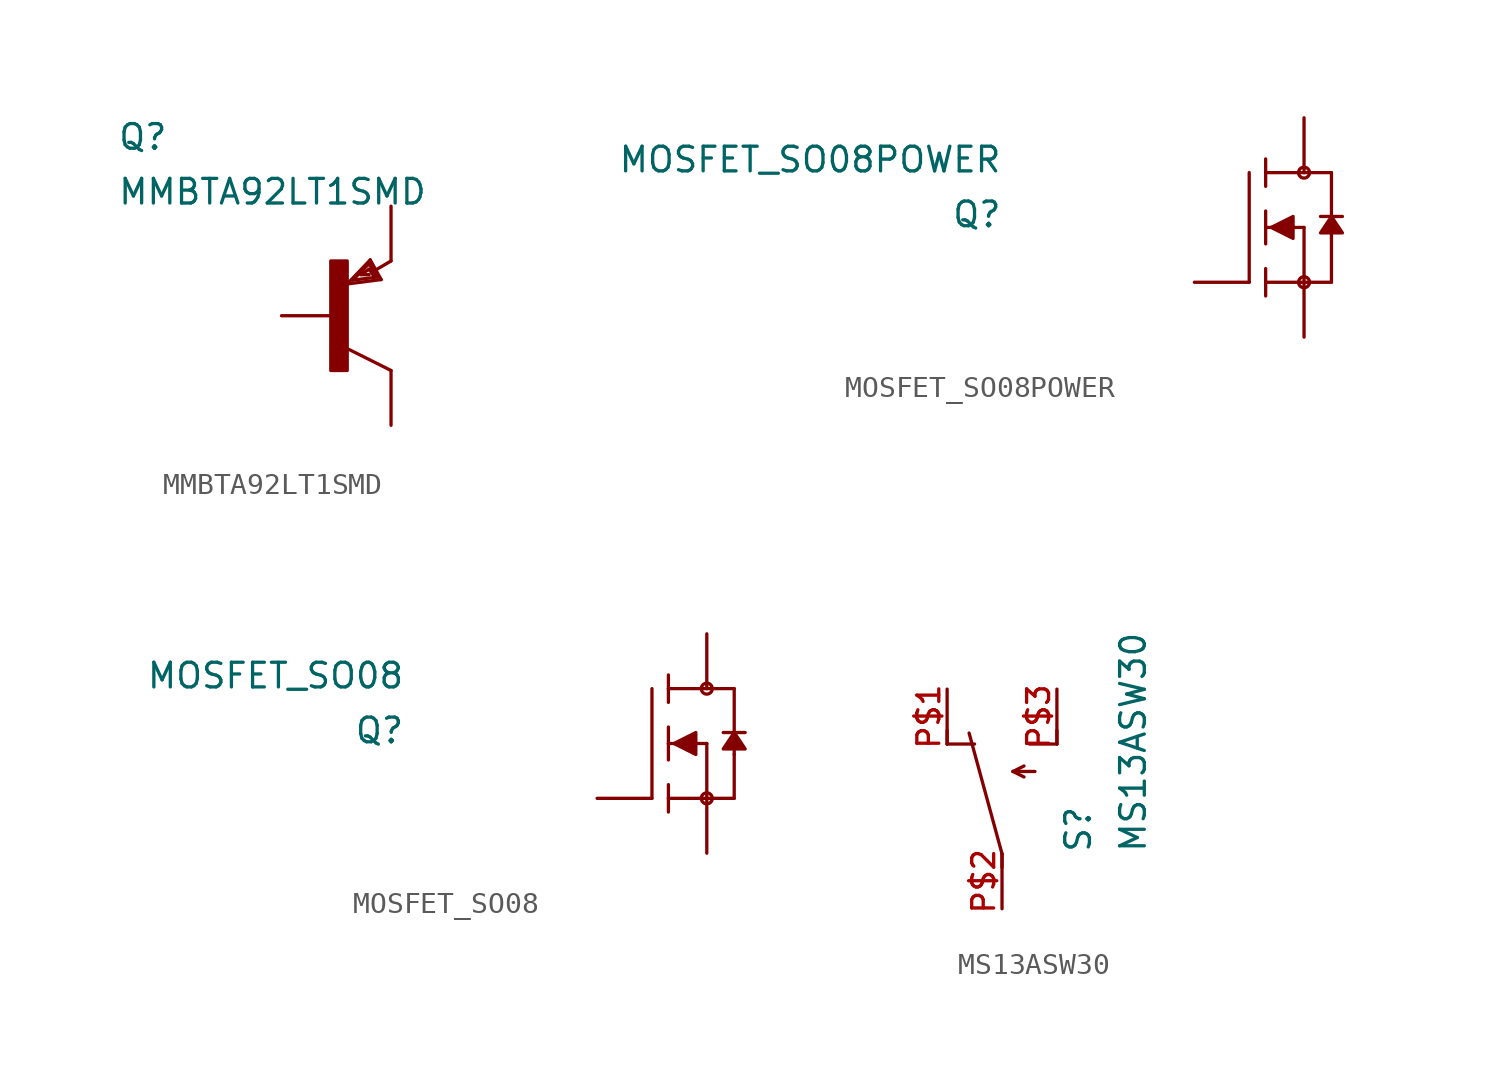
<source format=kicad_sym>
(kicad_symbol_lib
  (version 20220914)
  (generator kicad_symbol_editor)
  (symbol "MMBTA92LT1SMD"
    (pin_numbers hide)
    (pin_names
      (offset 1.016) hide)
    (property "Reference" "Q"
      (at -10.16 7.62 0)
      (effects (font (size 1.143 1.143)) (justify left bottom)))
    (property "Value" "MMBTA92LT1SMD"
      (at -10.16 5.08 0)
      (effects (font (size 1.143 1.143)) (justify left bottom)))
    (property "ki_locked" ""
      (at 0 0 0)
      (effects (font (size 1.27 1.27))))
    (symbol "MMBTA92LT1SMD_1_0"
      (polyline (pts (xy 0.508 1.473) (xy 2.083 1.676)) (stroke (width 0) (type solid)) (fill (type none)))
      (polyline (pts (xy 0.762 1.651) (xy 1.778 1.778)) (stroke (width 0) (type solid)) (fill (type none)))
      (polyline (pts (xy 1.143 1.905) (xy 1.524 1.905)) (stroke (width 0) (type solid)) (fill (type none)))
      (polyline (pts (xy 1.524 2.159) (xy 1.143 1.905)) (stroke (width 0) (type solid)) (fill (type none)))
      (polyline (pts (xy 1.524 2.413) (xy 0.762 1.651)) (stroke (width 0) (type solid)) (fill (type none)))
      (polyline (pts (xy 1.575 2.591) (xy 0.508 1.473)) (stroke (width 0) (type solid)) (fill (type none)))
      (polyline (pts (xy 1.778 1.778) (xy 1.524 2.159)) (stroke (width 0) (type solid)) (fill (type none)))
      (polyline (pts (xy 1.905 1.778) (xy 1.524 2.413)) (stroke (width 0) (type solid)) (fill (type none)))
      (polyline (pts (xy 2.083 1.676) (xy 1.575 2.591)) (stroke (width 0) (type solid)) (fill (type none)))
      (polyline (pts (xy 2.54 -2.54) (xy 0.508 -1.524)) (stroke (width 0) (type solid)) (fill (type none)))
      (polyline (pts (xy 2.54 2.54) (xy 1.803 2.108)) (stroke (width 0) (type solid)) (fill (type none))))
    (symbol "MMBTA92LT1SMD_1_1"
      (rectangle (start -0.254 -2.54) (end 0.508 2.54) (stroke (width 0) (type solid)) (fill (type outline)))
      (pin passive line (at -2.54 0 0) (length 2.54) (name "B" (effects (font (size 1.016 1.016)))) (number "B" (effects (font (size 1.016 1.016)))))
      (pin passive line (at 2.54 -5.08 90) (length 2.54) (name "C" (effects (font (size 1.016 1.016)))) (number "C" (effects (font (size 1.016 1.016)))))
      (pin passive line (at 2.54 5.08 270) (length 2.54) (name "E" (effects (font (size 1.016 1.016)))) (number "E" (effects (font (size 1.016 1.016)))))))
  (symbol "MOSFET_SO08POWER"
    (pin_numbers hide)
    (pin_names
      (offset 1.016) hide)
    (property "Reference" "Q"
      (at -11.43 1.27 0)
      (effects (font (size 1.143 1.143)) (justify right top)))
    (property "Value" "MOSFET_SO08POWER"
      (at -11.43 3.81 0)
      (effects (font (size 1.143 1.143)) (justify right top)))
    (property "ki_locked" ""
      (at 0 0 0)
      (effects (font (size 1.27 1.27))))
    (symbol "MOSFET_SO08POWER_1_0"
      (polyline (pts (xy 0 2.54) (xy 0 -2.54)) (stroke (width 0) (type solid)) (fill (type none)))
      (polyline (pts (xy 0.762 -2.54) (xy 0.762 -3.175)) (stroke (width 0) (type solid)) (fill (type none)))
      (polyline (pts (xy 0.762 -1.905) (xy 0.762 -2.54)) (stroke (width 0) (type solid)) (fill (type none)))
      (polyline (pts (xy 0.762 0) (xy 0.762 -0.762)) (stroke (width 0) (type solid)) (fill (type none)))
      (polyline (pts (xy 0.762 0) (xy 2.54 0)) (stroke (width 0) (type solid)) (fill (type none)))
      (polyline (pts (xy 0.762 0.762) (xy 0.762 0)) (stroke (width 0) (type solid)) (fill (type none)))
      (polyline (pts (xy 0.762 2.54) (xy 0.762 1.905)) (stroke (width 0) (type solid)) (fill (type none)))
      (polyline (pts (xy 0.762 2.54) (xy 3.81 2.54)) (stroke (width 0) (type solid)) (fill (type none)))
      (polyline (pts (xy 0.762 3.175) (xy 0.762 2.54)) (stroke (width 0) (type solid)) (fill (type none)))
      (polyline (pts (xy 2.54 -2.54) (xy 0.762 -2.54)) (stroke (width 0) (type solid)) (fill (type none)))
      (polyline (pts (xy 2.54 -2.54) (xy 3.81 -2.54)) (stroke (width 0) (type solid)) (fill (type none)))
      (polyline (pts (xy 2.54 0) (xy 2.54 -2.54)) (stroke (width 0) (type solid)) (fill (type none)))
      (polyline (pts (xy 3.302 0.508) (xy 3.81 0.508)) (stroke (width 0) (type solid)) (fill (type none)))
      (polyline (pts (xy 3.81 -0.508) (xy 3.81 -2.54)) (stroke (width 0) (type solid)) (fill (type none)))
      (polyline (pts (xy 3.81 0.508) (xy 3.81 -0.508)) (stroke (width 0) (type solid)) (fill (type none)))
      (polyline (pts (xy 3.81 0.508) (xy 4.318 0.508)) (stroke (width 0) (type solid)) (fill (type none)))
      (polyline (pts (xy 3.81 2.54) (xy 3.81 0.508)) (stroke (width 0) (type solid)) (fill (type none))))
    (symbol "MOSFET_SO08POWER_1_1"
      (polyline (pts (xy 1.016 0) (xy 2.032 0.508) (xy 2.032 0.508) (xy 2.032 -0.508) (xy 2.032 -0.508) (xy 1.016 0)) (stroke (width 0) (type solid)) (fill (type outline)))
      (polyline (pts (xy 3.81 0.508) (xy 3.302 -0.254) (xy 3.302 -0.254) (xy 4.318 -0.254) (xy 4.318 -0.254) (xy 3.81 0.508)) (stroke (width 0) (type solid)) (fill (type outline)))
      (circle (center 2.54 -2.54) (radius 0.254) (stroke (width 0) (type solid)) (fill (type none)))
      (circle (center 2.54 2.54) (radius 0.254) (stroke (width 0) (type solid)) (fill (type none)))
      (pin passive line (at 2.54 5.08 270) (length 2.54) (name "D" (effects (font (size 1.016 1.016)))) (number "0" (effects (font (size 1.016 1.016)))))
      (pin passive line (at 2.54 -5.08 90) (length 2.54) (name "S" (effects (font (size 1.016 1.016)))) (number "1" (effects (font (size 1.016 1.016)))))
      (pin passive line (at 2.54 -5.08 90) (length 2.54) hide (name "S" (effects (font (size 1.016 1.016)))) (number "2" (effects (font (size 1.016 1.016)))))
      (pin passive line (at 2.54 -5.08 90) (length 2.54) hide (name "S" (effects (font (size 1.016 1.016)))) (number "3" (effects (font (size 1.016 1.016)))))
      (pin passive line (at -2.54 -2.54 0) (length 2.54) (name "G" (effects (font (size 1.016 1.016)))) (number "4" (effects (font (size 1.016 1.016)))))
      (pin passive line (at 2.54 5.08 270) (length 2.54) hide (name "D" (effects (font (size 1.016 1.016)))) (number "5" (effects (font (size 1.016 1.016)))))
      (pin passive line (at 2.54 5.08 270) (length 2.54) hide (name "D" (effects (font (size 1.016 1.016)))) (number "6" (effects (font (size 1.016 1.016)))))
      (pin passive line (at 2.54 5.08 270) (length 2.54) hide (name "D" (effects (font (size 1.016 1.016)))) (number "7" (effects (font (size 1.016 1.016)))))
      (pin passive line (at 2.54 5.08 270) (length 2.54) hide (name "D" (effects (font (size 1.016 1.016)))) (number "8" (effects (font (size 1.016 1.016)))))))
  (symbol "MOSFET_SO08"
    (pin_numbers hide)
    (pin_names
      (offset 1.016) hide)
    (property "Reference" "Q"
      (at -11.43 1.27 0)
      (effects (font (size 1.143 1.143)) (justify right top)))
    (property "Value" "MOSFET_SO08"
      (at -11.43 3.81 0)
      (effects (font (size 1.143 1.143)) (justify right top)))
    (property "ki_locked" ""
      (at 0 0 0)
      (effects (font (size 1.27 1.27))))
    (symbol "MOSFET_SO08_1_0"
      (polyline (pts (xy 0 2.54) (xy 0 -2.54)) (stroke (width 0) (type solid)) (fill (type none)))
      (polyline (pts (xy 0.762 -2.54) (xy 0.762 -3.175)) (stroke (width 0) (type solid)) (fill (type none)))
      (polyline (pts (xy 0.762 -1.905) (xy 0.762 -2.54)) (stroke (width 0) (type solid)) (fill (type none)))
      (polyline (pts (xy 0.762 0) (xy 0.762 -0.762)) (stroke (width 0) (type solid)) (fill (type none)))
      (polyline (pts (xy 0.762 0) (xy 2.54 0)) (stroke (width 0) (type solid)) (fill (type none)))
      (polyline (pts (xy 0.762 0.762) (xy 0.762 0)) (stroke (width 0) (type solid)) (fill (type none)))
      (polyline (pts (xy 0.762 2.54) (xy 0.762 1.905)) (stroke (width 0) (type solid)) (fill (type none)))
      (polyline (pts (xy 0.762 2.54) (xy 3.81 2.54)) (stroke (width 0) (type solid)) (fill (type none)))
      (polyline (pts (xy 0.762 3.175) (xy 0.762 2.54)) (stroke (width 0) (type solid)) (fill (type none)))
      (polyline (pts (xy 2.54 -2.54) (xy 0.762 -2.54)) (stroke (width 0) (type solid)) (fill (type none)))
      (polyline (pts (xy 2.54 -2.54) (xy 3.81 -2.54)) (stroke (width 0) (type solid)) (fill (type none)))
      (polyline (pts (xy 2.54 0) (xy 2.54 -2.54)) (stroke (width 0) (type solid)) (fill (type none)))
      (polyline (pts (xy 3.302 0.508) (xy 3.81 0.508)) (stroke (width 0) (type solid)) (fill (type none)))
      (polyline (pts (xy 3.81 -0.508) (xy 3.81 -2.54)) (stroke (width 0) (type solid)) (fill (type none)))
      (polyline (pts (xy 3.81 0.508) (xy 3.81 -0.508)) (stroke (width 0) (type solid)) (fill (type none)))
      (polyline (pts (xy 3.81 0.508) (xy 4.318 0.508)) (stroke (width 0) (type solid)) (fill (type none)))
      (polyline (pts (xy 3.81 2.54) (xy 3.81 0.508)) (stroke (width 0) (type solid)) (fill (type none))))
    (symbol "MOSFET_SO08_1_1"
      (polyline (pts (xy 1.016 0) (xy 2.032 0.508) (xy 2.032 0.508) (xy 2.032 -0.508) (xy 2.032 -0.508) (xy 1.016 0)) (stroke (width 0) (type solid)) (fill (type outline)))
      (polyline (pts (xy 3.81 0.508) (xy 3.302 -0.254) (xy 3.302 -0.254) (xy 4.318 -0.254) (xy 4.318 -0.254) (xy 3.81 0.508)) (stroke (width 0) (type solid)) (fill (type outline)))
      (circle (center 2.54 -2.54) (radius 0.254) (stroke (width 0) (type solid)) (fill (type none)))
      (circle (center 2.54 2.54) (radius 0.254) (stroke (width 0) (type solid)) (fill (type none)))
      (pin passive line (at 2.54 -5.08 90) (length 2.54) (name "S" (effects (font (size 1.016 1.016)))) (number "1" (effects (font (size 1.016 1.016)))))
      (pin passive line (at 2.54 -5.08 90) (length 2.54) hide (name "S" (effects (font (size 1.016 1.016)))) (number "2" (effects (font (size 1.016 1.016)))))
      (pin passive line (at 2.54 -5.08 90) (length 2.54) hide (name "S" (effects (font (size 1.016 1.016)))) (number "3" (effects (font (size 1.016 1.016)))))
      (pin passive line (at -2.54 -2.54 0) (length 2.54) (name "G" (effects (font (size 1.016 1.016)))) (number "4" (effects (font (size 1.016 1.016)))))
      (pin passive line (at 2.54 5.08 270) (length 2.54) (name "D" (effects (font (size 1.016 1.016)))) (number "5" (effects (font (size 1.016 1.016)))))
      (pin passive line (at 2.54 5.08 270) (length 2.54) hide (name "D" (effects (font (size 1.016 1.016)))) (number "6" (effects (font (size 1.016 1.016)))))
      (pin passive line (at 2.54 5.08 270) (length 2.54) hide (name "D" (effects (font (size 1.016 1.016)))) (number "7" (effects (font (size 1.016 1.016)))))
      (pin passive line (at 2.54 5.08 270) (length 2.54) hide (name "D" (effects (font (size 1.016 1.016)))) (number "8" (effects (font (size 1.016 1.016)))))))
  (symbol "MS13ASW30"
    (pin_names
      (offset 1.016) hide)
    (property "Reference" "S"
      (at 4.191 -2.54 90)
      (effects (font (size 1.143 1.143)) (justify left bottom)))
    (property "Value" "MS13ASW30"
      (at 6.731 -2.54 90)
      (effects (font (size 1.143 1.143)) (justify left bottom)))
    (property "ki_locked" ""
      (at 0 0 0)
      (effects (font (size 1.27 1.27))))
    (symbol "MS13ASW30_1_0"
      (polyline (pts (xy -2.54 2.54) (xy -2.54 3.175)) (stroke (width 0) (type solid)) (fill (type none)))
      (polyline (pts (xy -2.54 2.54) (xy -1.27 2.54)) (stroke (width 0) (type solid)) (fill (type none)))
      (polyline (pts (xy 0 -3.175) (xy 0 -2.54)) (stroke (width 0) (type solid)) (fill (type none)))
      (polyline (pts (xy 0 -2.54) (xy -1.524 3.048)) (stroke (width 0) (type solid)) (fill (type none)))
      (polyline (pts (xy 0.508 1.27) (xy 1.016 1.016)) (stroke (width 0) (type solid)) (fill (type none)))
      (polyline (pts (xy 0.508 1.27) (xy 1.016 1.524)) (stroke (width 0) (type solid)) (fill (type none)))
      (polyline (pts (xy 0.508 1.27) (xy 1.524 1.27)) (stroke (width 0) (type solid)) (fill (type none)))
      (polyline (pts (xy 1.27 2.54) (xy 2.54 2.54)) (stroke (width 0) (type solid)) (fill (type none)))
      (polyline (pts (xy 2.54 2.54) (xy 2.54 3.175)) (stroke (width 0) (type solid)) (fill (type none))))
    (symbol "MS13ASW30_1_1"
      (pin passive line (at -2.54 5.08 270) (length 2.54) (name "O" (effects (font (size 1.016 1.016)))) (number "P$1" (effects (font (size 1.016 1.016)))))
      (pin passive line (at 0 -5.08 90) (length 2.54) (name "P" (effects (font (size 1.016 1.016)))) (number "P$2" (effects (font (size 1.016 1.016)))))
      (pin passive line (at 2.54 5.08 270) (length 2.54) (name "S" (effects (font (size 1.016 1.016)))) (number "P$3" (effects (font (size 1.016 1.016))))))))
</source>
